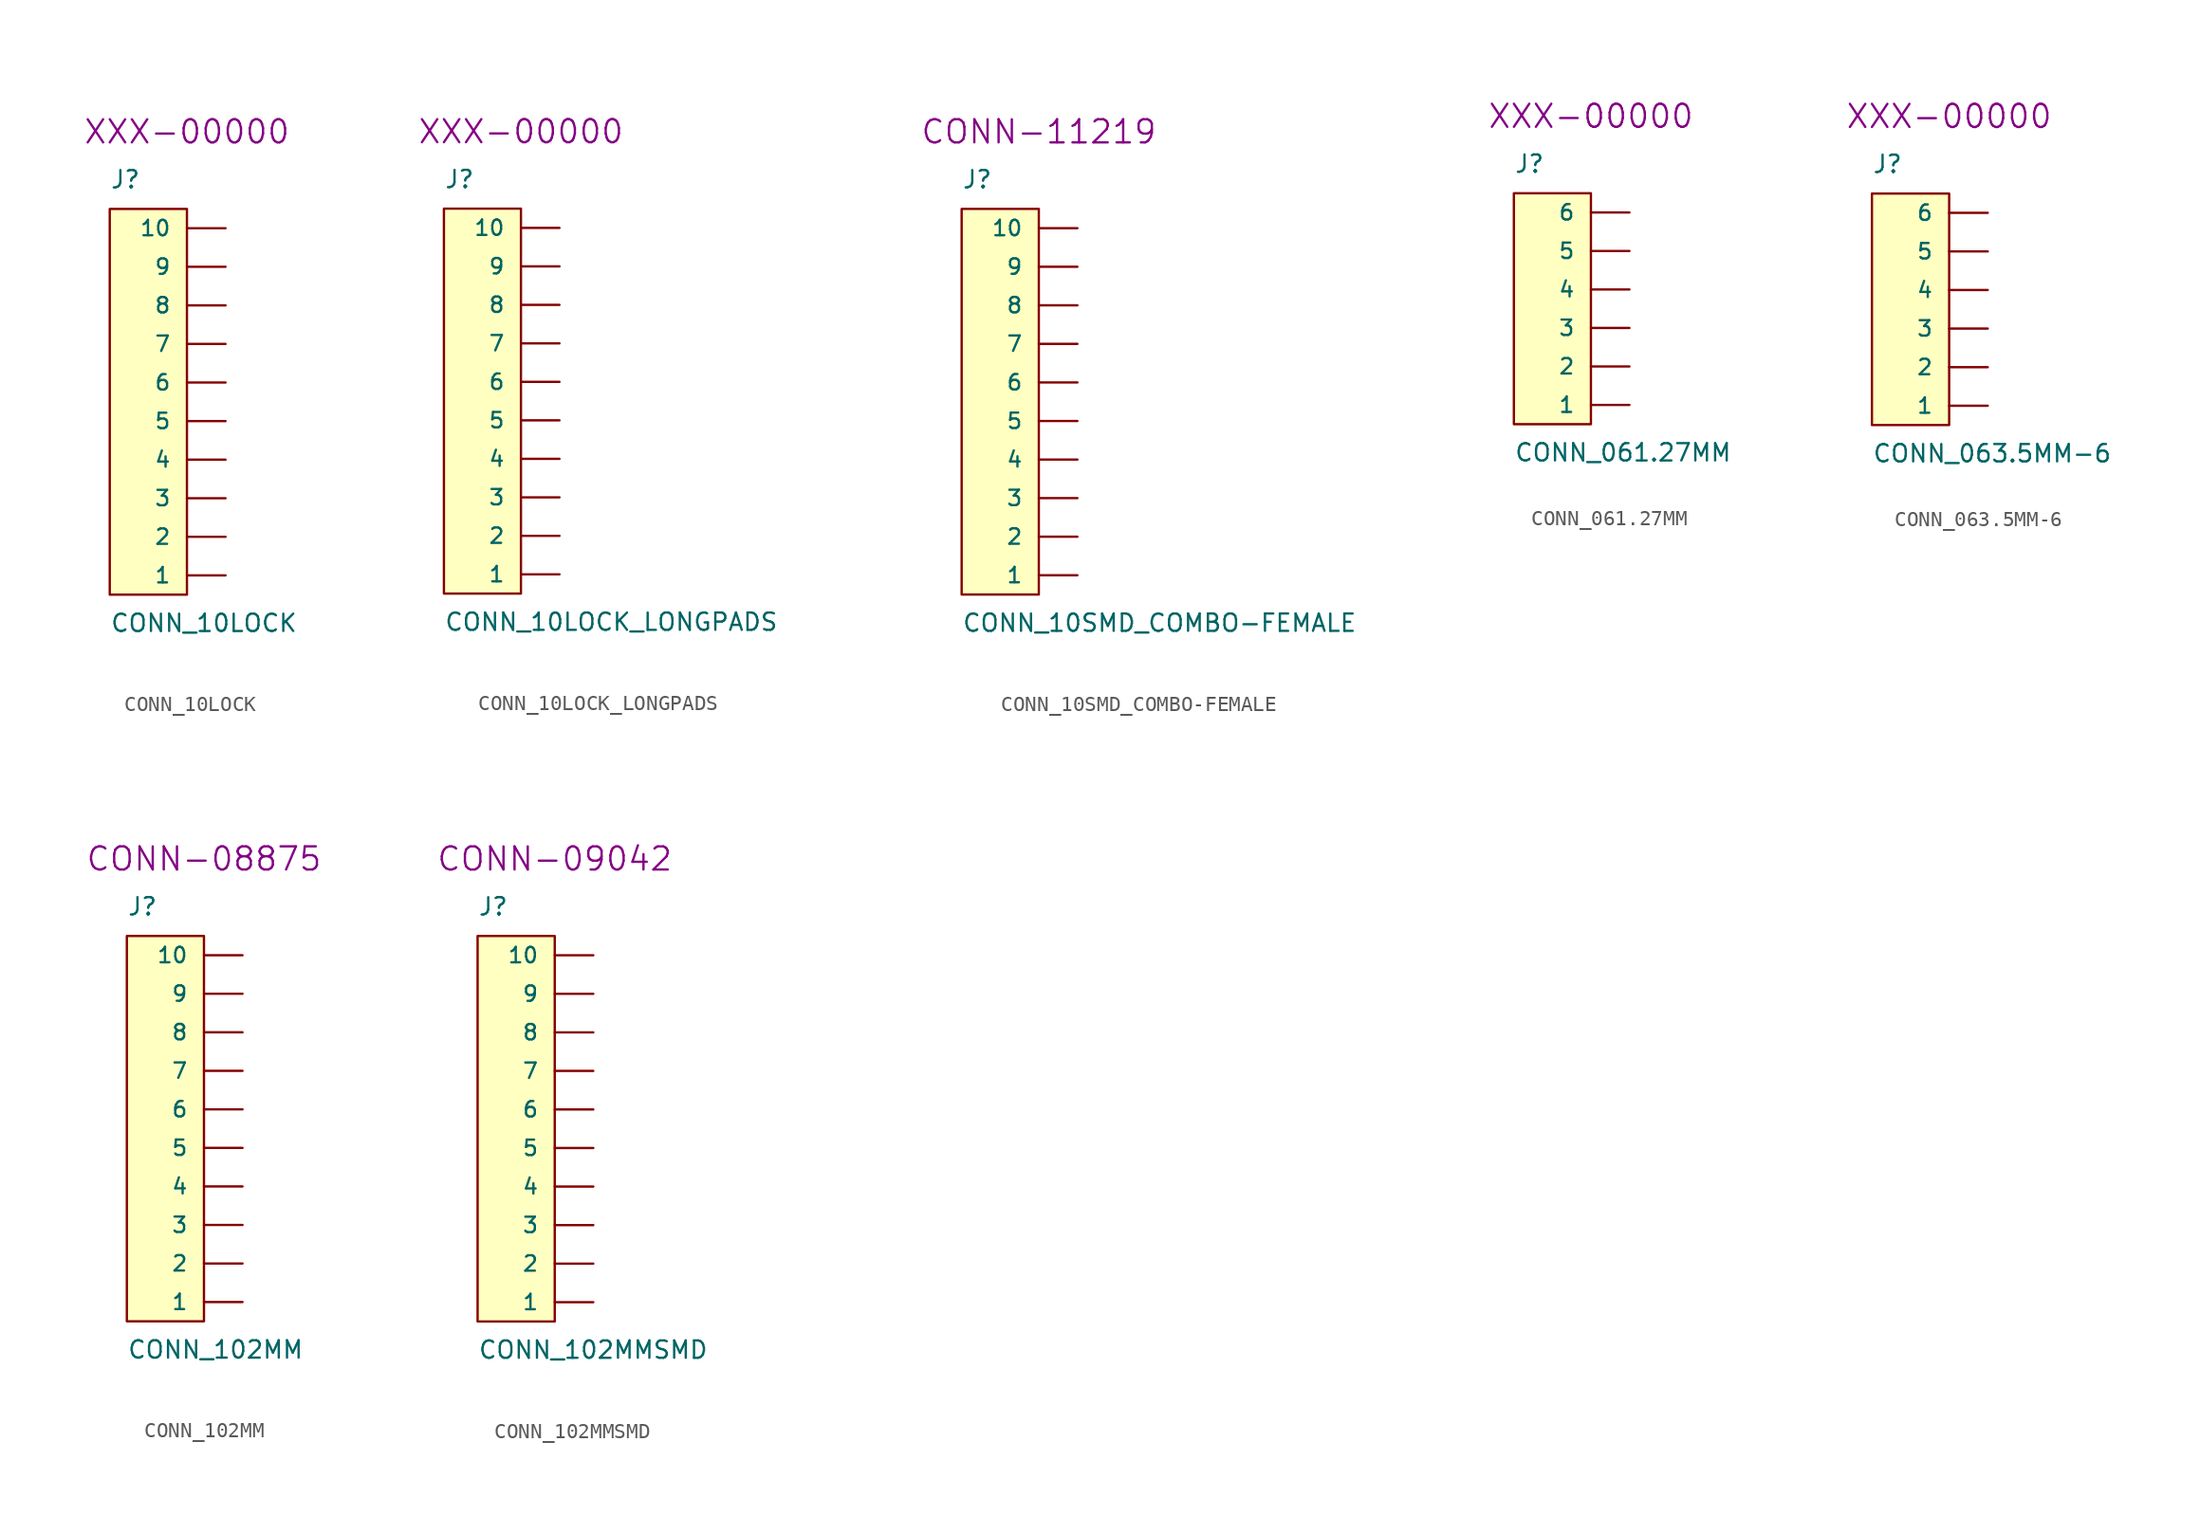
<source format=kicad_sym>
(kicad_symbol_lib
  (version 20220914)
  (generator kicad_symbol_editor)
  (symbol "CONN_10LOCK"
    (pin_numbers hide)
    (pin_names
      (offset 1.016))
    (property "Reference" "J"
      (at -5.08 25.4 0)
      (effects (font (size 1.143 1.143)) (justify left bottom)))
    (property "Value" "CONN_10LOCK"
      (at -5.08 -3.81 0)
      (effects (font (size 1.143 1.143)) (justify left bottom)))
    (property "Field4" "XXX-00000"
      (at 0 29.21 0)
      (effects (font (size 1.524 1.524))))
    (property "ki_locked" ""
      (at 0 0 0)
      (effects (font (size 1.27 1.27))))
    (symbol "CONN_10LOCK_0_1"
      (rectangle (start 0 -1.27) (end -5.08 24.13) (stroke (width 0) (type solid)) (fill (type background))))
    (symbol "CONN_10LOCK_1_1"
      (pin passive line (at 2.54 0 180) (length 2.54) (name "1" (effects (font (size 1.016 1.016)))) (number "1" (effects (font (size 1.016 1.016)))))
      (pin passive line (at 2.54 22.86 180) (length 2.54) (name "10" (effects (font (size 1.016 1.016)))) (number "10" (effects (font (size 1.016 1.016)))))
      (pin passive line (at 2.54 2.54 180) (length 2.54) (name "2" (effects (font (size 1.016 1.016)))) (number "2" (effects (font (size 1.016 1.016)))))
      (pin passive line (at 2.54 5.08 180) (length 2.54) (name "3" (effects (font (size 1.016 1.016)))) (number "3" (effects (font (size 1.016 1.016)))))
      (pin passive line (at 2.54 7.62 180) (length 2.54) (name "4" (effects (font (size 1.016 1.016)))) (number "4" (effects (font (size 1.016 1.016)))))
      (pin passive line (at 2.54 10.16 180) (length 2.54) (name "5" (effects (font (size 1.016 1.016)))) (number "5" (effects (font (size 1.016 1.016)))))
      (pin passive line (at 2.54 12.7 180) (length 2.54) (name "6" (effects (font (size 1.016 1.016)))) (number "6" (effects (font (size 1.016 1.016)))))
      (pin passive line (at 2.54 15.24 180) (length 2.54) (name "7" (effects (font (size 1.016 1.016)))) (number "7" (effects (font (size 1.016 1.016)))))
      (pin passive line (at 2.54 17.78 180) (length 2.54) (name "8" (effects (font (size 1.016 1.016)))) (number "8" (effects (font (size 1.016 1.016)))))
      (pin passive line (at 2.54 20.32 180) (length 2.54) (name "9" (effects (font (size 1.016 1.016)))) (number "9" (effects (font (size 1.016 1.016)))))))
  (symbol "CONN_10LOCK_LONGPADS"
    (pin_numbers hide)
    (pin_names
      (offset 1.016))
    (property "Reference" "J"
      (at -5.08 25.4 0)
      (effects (font (size 1.143 1.143)) (justify left bottom)))
    (property "Value" "CONN_10LOCK_LONGPADS"
      (at -5.08 -3.81 0)
      (effects (font (size 1.143 1.143)) (justify left bottom)))
    (property "Field4" "XXX-00000"
      (at 0 29.21 0)
      (effects (font (size 1.524 1.524))))
    (property "ki_locked" ""
      (at 0 0 0)
      (effects (font (size 1.27 1.27))))
    (symbol "CONN_10LOCK_LONGPADS_0_1"
      (rectangle (start 0 -1.27) (end -5.08 24.13) (stroke (width 0) (type solid)) (fill (type background))))
    (symbol "CONN_10LOCK_LONGPADS_1_1"
      (pin passive line (at 2.54 0 180) (length 2.54) (name "1" (effects (font (size 1.016 1.016)))) (number "1" (effects (font (size 1.016 1.016)))))
      (pin passive line (at 2.54 22.86 180) (length 2.54) (name "10" (effects (font (size 1.016 1.016)))) (number "10" (effects (font (size 1.016 1.016)))))
      (pin passive line (at 2.54 2.54 180) (length 2.54) (name "2" (effects (font (size 1.016 1.016)))) (number "2" (effects (font (size 1.016 1.016)))))
      (pin passive line (at 2.54 5.08 180) (length 2.54) (name "3" (effects (font (size 1.016 1.016)))) (number "3" (effects (font (size 1.016 1.016)))))
      (pin passive line (at 2.54 7.62 180) (length 2.54) (name "4" (effects (font (size 1.016 1.016)))) (number "4" (effects (font (size 1.016 1.016)))))
      (pin passive line (at 2.54 10.16 180) (length 2.54) (name "5" (effects (font (size 1.016 1.016)))) (number "5" (effects (font (size 1.016 1.016)))))
      (pin passive line (at 2.54 12.7 180) (length 2.54) (name "6" (effects (font (size 1.016 1.016)))) (number "6" (effects (font (size 1.016 1.016)))))
      (pin passive line (at 2.54 15.24 180) (length 2.54) (name "7" (effects (font (size 1.016 1.016)))) (number "7" (effects (font (size 1.016 1.016)))))
      (pin passive line (at 2.54 17.78 180) (length 2.54) (name "8" (effects (font (size 1.016 1.016)))) (number "8" (effects (font (size 1.016 1.016)))))
      (pin passive line (at 2.54 20.32 180) (length 2.54) (name "9" (effects (font (size 1.016 1.016)))) (number "9" (effects (font (size 1.016 1.016)))))))
  (symbol "CONN_10SMD_COMBO-FEMALE"
    (pin_numbers hide)
    (pin_names
      (offset 1.016))
    (property "Reference" "J"
      (at -5.08 25.4 0)
      (effects (font (size 1.143 1.143)) (justify left bottom)))
    (property "Value" "CONN_10SMD_COMBO-FEMALE"
      (at -5.08 -3.81 0)
      (effects (font (size 1.143 1.143)) (justify left bottom)))
    (property "Field4" "CONN-11219"
      (at 0 29.21 0)
      (effects (font (size 1.524 1.524))))
    (property "ki_locked" ""
      (at 0 0 0)
      (effects (font (size 1.27 1.27))))
    (symbol "CONN_10SMD_COMBO-FEMALE_0_1"
      (rectangle (start 0 -1.27) (end -5.08 24.13) (stroke (width 0) (type solid)) (fill (type background))))
    (symbol "CONN_10SMD_COMBO-FEMALE_1_1"
      (pin passive line (at 2.54 22.86 180) (length 2.54) (name "10" (effects (font (size 1.016 1.016)))) (number "10A" (effects (font (size 1.016 1.016)))))
      (pin passive line (at 2.54 22.86 180) (length 2.54) hide (name "10" (effects (font (size 1.016 1.016)))) (number "10B" (effects (font (size 1.016 1.016)))))
      (pin passive line (at 2.54 0 180) (length 2.54) (name "1" (effects (font (size 1.016 1.016)))) (number "1A" (effects (font (size 1.016 1.016)))))
      (pin passive line (at 2.54 0 180) (length 2.54) hide (name "1" (effects (font (size 1.016 1.016)))) (number "1B" (effects (font (size 1.016 1.016)))))
      (pin passive line (at 2.54 2.54 180) (length 2.54) (name "2" (effects (font (size 1.016 1.016)))) (number "2A" (effects (font (size 1.016 1.016)))))
      (pin passive line (at 2.54 2.54 180) (length 2.54) hide (name "2" (effects (font (size 1.016 1.016)))) (number "2B" (effects (font (size 1.016 1.016)))))
      (pin passive line (at 2.54 5.08 180) (length 2.54) (name "3" (effects (font (size 1.016 1.016)))) (number "3A" (effects (font (size 1.016 1.016)))))
      (pin passive line (at 2.54 5.08 180) (length 2.54) hide (name "3" (effects (font (size 1.016 1.016)))) (number "3B" (effects (font (size 1.016 1.016)))))
      (pin passive line (at 2.54 7.62 180) (length 2.54) (name "4" (effects (font (size 1.016 1.016)))) (number "4A" (effects (font (size 1.016 1.016)))))
      (pin passive line (at 2.54 7.62 180) (length 2.54) hide (name "4" (effects (font (size 1.016 1.016)))) (number "4B" (effects (font (size 1.016 1.016)))))
      (pin passive line (at 2.54 10.16 180) (length 2.54) (name "5" (effects (font (size 1.016 1.016)))) (number "5A" (effects (font (size 1.016 1.016)))))
      (pin passive line (at 2.54 10.16 180) (length 2.54) hide (name "5" (effects (font (size 1.016 1.016)))) (number "5B" (effects (font (size 1.016 1.016)))))
      (pin passive line (at 2.54 12.7 180) (length 2.54) (name "6" (effects (font (size 1.016 1.016)))) (number "6A" (effects (font (size 1.016 1.016)))))
      (pin passive line (at 2.54 12.7 180) (length 2.54) hide (name "6" (effects (font (size 1.016 1.016)))) (number "6B" (effects (font (size 1.016 1.016)))))
      (pin passive line (at 2.54 15.24 180) (length 2.54) (name "7" (effects (font (size 1.016 1.016)))) (number "7A" (effects (font (size 1.016 1.016)))))
      (pin passive line (at 2.54 15.24 180) (length 2.54) hide (name "7" (effects (font (size 1.016 1.016)))) (number "7B" (effects (font (size 1.016 1.016)))))
      (pin passive line (at 2.54 17.78 180) (length 2.54) (name "8" (effects (font (size 1.016 1.016)))) (number "8A" (effects (font (size 1.016 1.016)))))
      (pin passive line (at 2.54 17.78 180) (length 2.54) hide (name "8" (effects (font (size 1.016 1.016)))) (number "8B" (effects (font (size 1.016 1.016)))))
      (pin passive line (at 2.54 20.32 180) (length 2.54) (name "9" (effects (font (size 1.016 1.016)))) (number "9A" (effects (font (size 1.016 1.016)))))
      (pin passive line (at 2.54 20.32 180) (length 2.54) hide (name "9" (effects (font (size 1.016 1.016)))) (number "9B" (effects (font (size 1.016 1.016)))))))
  (symbol "CONN_061.27MM"
    (pin_numbers hide)
    (pin_names
      (offset 1.016))
    (property "Reference" "J"
      (at -5.08 15.24 0)
      (effects (font (size 1.143 1.143)) (justify left bottom)))
    (property "Value" "CONN_061.27MM"
      (at -5.08 -3.81 0)
      (effects (font (size 1.143 1.143)) (justify left bottom)))
    (property "Field4" "XXX-00000"
      (at 0 19.05 0)
      (effects (font (size 1.524 1.524))))
    (property "ki_locked" ""
      (at 0 0 0)
      (effects (font (size 1.27 1.27))))
    (symbol "CONN_061.27MM_0_1"
      (rectangle (start 0 -1.27) (end -5.08 13.97) (stroke (width 0) (type solid)) (fill (type background))))
    (symbol "CONN_061.27MM_1_1"
      (pin passive line (at 2.54 0 180) (length 2.54) (name "1" (effects (font (size 1.016 1.016)))) (number "1" (effects (font (size 1.016 1.016)))))
      (pin passive line (at 2.54 2.54 180) (length 2.54) (name "2" (effects (font (size 1.016 1.016)))) (number "2" (effects (font (size 1.016 1.016)))))
      (pin passive line (at 2.54 5.08 180) (length 2.54) (name "3" (effects (font (size 1.016 1.016)))) (number "3" (effects (font (size 1.016 1.016)))))
      (pin passive line (at 2.54 7.62 180) (length 2.54) (name "4" (effects (font (size 1.016 1.016)))) (number "4" (effects (font (size 1.016 1.016)))))
      (pin passive line (at 2.54 10.16 180) (length 2.54) (name "5" (effects (font (size 1.016 1.016)))) (number "5" (effects (font (size 1.016 1.016)))))
      (pin passive line (at 2.54 12.7 180) (length 2.54) (name "6" (effects (font (size 1.016 1.016)))) (number "6" (effects (font (size 1.016 1.016)))))))
  (symbol "CONN_063.5MM-6"
    (pin_numbers hide)
    (pin_names
      (offset 1.016))
    (property "Reference" "J"
      (at -5.08 15.24 0)
      (effects (font (size 1.143 1.143)) (justify left bottom)))
    (property "Value" "CONN_063.5MM-6"
      (at -5.08 -3.81 0)
      (effects (font (size 1.143 1.143)) (justify left bottom)))
    (property "Field4" "XXX-00000"
      (at 0 19.05 0)
      (effects (font (size 1.524 1.524))))
    (property "ki_locked" ""
      (at 0 0 0)
      (effects (font (size 1.27 1.27))))
    (symbol "CONN_063.5MM-6_0_1"
      (rectangle (start 0 -1.27) (end -5.08 13.97) (stroke (width 0) (type solid)) (fill (type background))))
    (symbol "CONN_063.5MM-6_1_1"
      (pin passive line (at 2.54 0 180) (length 2.54) (name "1" (effects (font (size 1.016 1.016)))) (number "1" (effects (font (size 1.016 1.016)))))
      (pin passive line (at 2.54 2.54 180) (length 2.54) (name "2" (effects (font (size 1.016 1.016)))) (number "2" (effects (font (size 1.016 1.016)))))
      (pin passive line (at 2.54 5.08 180) (length 2.54) (name "3" (effects (font (size 1.016 1.016)))) (number "3" (effects (font (size 1.016 1.016)))))
      (pin passive line (at 2.54 7.62 180) (length 2.54) (name "4" (effects (font (size 1.016 1.016)))) (number "4" (effects (font (size 1.016 1.016)))))
      (pin passive line (at 2.54 10.16 180) (length 2.54) (name "5" (effects (font (size 1.016 1.016)))) (number "5" (effects (font (size 1.016 1.016)))))
      (pin passive line (at 2.54 12.7 180) (length 2.54) (name "6" (effects (font (size 1.016 1.016)))) (number "6" (effects (font (size 1.016 1.016)))))))
  (symbol "CONN_102MM"
    (pin_numbers hide)
    (pin_names
      (offset 1.016))
    (property "Reference" "J"
      (at -5.08 25.4 0)
      (effects (font (size 1.143 1.143)) (justify left bottom)))
    (property "Value" "CONN_102MM"
      (at -5.08 -3.81 0)
      (effects (font (size 1.143 1.143)) (justify left bottom)))
    (property "Field4" "CONN-08875"
      (at 0 29.21 0)
      (effects (font (size 1.524 1.524))))
    (property "ki_locked" ""
      (at 0 0 0)
      (effects (font (size 1.27 1.27))))
    (symbol "CONN_102MM_0_1"
      (rectangle (start 0 -1.27) (end -5.08 24.13) (stroke (width 0) (type solid)) (fill (type background))))
    (symbol "CONN_102MM_1_1"
      (pin passive line (at 2.54 0 180) (length 2.54) (name "1" (effects (font (size 1.016 1.016)))) (number "1" (effects (font (size 1.016 1.016)))))
      (pin passive line (at 2.54 22.86 180) (length 2.54) (name "10" (effects (font (size 1.016 1.016)))) (number "10" (effects (font (size 1.016 1.016)))))
      (pin passive line (at 2.54 2.54 180) (length 2.54) (name "2" (effects (font (size 1.016 1.016)))) (number "2" (effects (font (size 1.016 1.016)))))
      (pin passive line (at 2.54 5.08 180) (length 2.54) (name "3" (effects (font (size 1.016 1.016)))) (number "3" (effects (font (size 1.016 1.016)))))
      (pin passive line (at 2.54 7.62 180) (length 2.54) (name "4" (effects (font (size 1.016 1.016)))) (number "4" (effects (font (size 1.016 1.016)))))
      (pin passive line (at 2.54 10.16 180) (length 2.54) (name "5" (effects (font (size 1.016 1.016)))) (number "5" (effects (font (size 1.016 1.016)))))
      (pin passive line (at 2.54 12.7 180) (length 2.54) (name "6" (effects (font (size 1.016 1.016)))) (number "6" (effects (font (size 1.016 1.016)))))
      (pin passive line (at 2.54 15.24 180) (length 2.54) (name "7" (effects (font (size 1.016 1.016)))) (number "7" (effects (font (size 1.016 1.016)))))
      (pin passive line (at 2.54 17.78 180) (length 2.54) (name "8" (effects (font (size 1.016 1.016)))) (number "8" (effects (font (size 1.016 1.016)))))
      (pin passive line (at 2.54 20.32 180) (length 2.54) (name "9" (effects (font (size 1.016 1.016)))) (number "9" (effects (font (size 1.016 1.016)))))))
  (symbol "CONN_102MMSMD"
    (pin_numbers hide)
    (pin_names
      (offset 1.016))
    (property "Reference" "J"
      (at -5.08 25.4 0)
      (effects (font (size 1.143 1.143)) (justify left bottom)))
    (property "Value" "CONN_102MMSMD"
      (at -5.08 -3.81 0)
      (effects (font (size 1.143 1.143)) (justify left bottom)))
    (property "Field4" "CONN-09042"
      (at 0 29.21 0)
      (effects (font (size 1.524 1.524))))
    (property "ki_locked" ""
      (at 0 0 0)
      (effects (font (size 1.27 1.27))))
    (symbol "CONN_102MMSMD_0_1"
      (rectangle (start 0 -1.27) (end -5.08 24.13) (stroke (width 0) (type solid)) (fill (type background))))
    (symbol "CONN_102MMSMD_1_1"
      (pin passive line (at 2.54 0 180) (length 2.54) (name "1" (effects (font (size 1.016 1.016)))) (number "1" (effects (font (size 1.016 1.016)))))
      (pin passive line (at 2.54 22.86 180) (length 2.54) (name "10" (effects (font (size 1.016 1.016)))) (number "10" (effects (font (size 1.016 1.016)))))
      (pin passive line (at 2.54 2.54 180) (length 2.54) (name "2" (effects (font (size 1.016 1.016)))) (number "2" (effects (font (size 1.016 1.016)))))
      (pin passive line (at 2.54 5.08 180) (length 2.54) (name "3" (effects (font (size 1.016 1.016)))) (number "3" (effects (font (size 1.016 1.016)))))
      (pin passive line (at 2.54 7.62 180) (length 2.54) (name "4" (effects (font (size 1.016 1.016)))) (number "4" (effects (font (size 1.016 1.016)))))
      (pin passive line (at 2.54 10.16 180) (length 2.54) (name "5" (effects (font (size 1.016 1.016)))) (number "5" (effects (font (size 1.016 1.016)))))
      (pin passive line (at 2.54 12.7 180) (length 2.54) (name "6" (effects (font (size 1.016 1.016)))) (number "6" (effects (font (size 1.016 1.016)))))
      (pin passive line (at 2.54 15.24 180) (length 2.54) (name "7" (effects (font (size 1.016 1.016)))) (number "7" (effects (font (size 1.016 1.016)))))
      (pin passive line (at 2.54 17.78 180) (length 2.54) (name "8" (effects (font (size 1.016 1.016)))) (number "8" (effects (font (size 1.016 1.016)))))
      (pin passive line (at 2.54 20.32 180) (length 2.54) (name "9" (effects (font (size 1.016 1.016)))) (number "9" (effects (font (size 1.016 1.016))))))))
</source>
